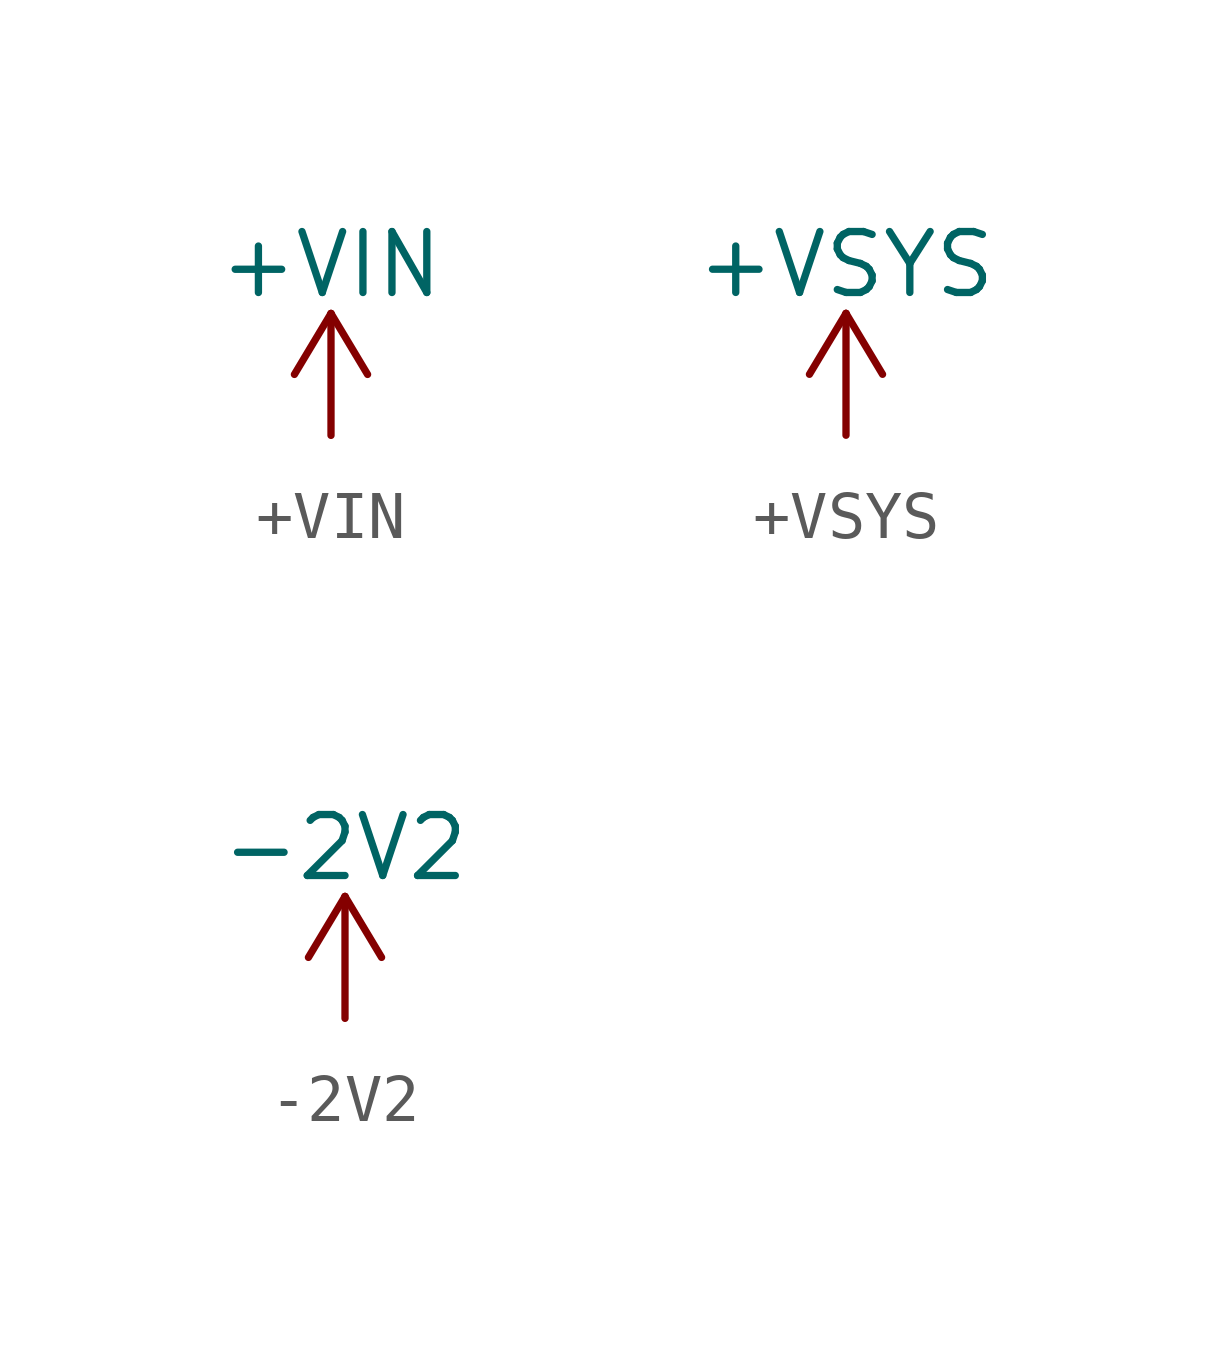
<source format=kicad_sym>
(kicad_symbol_lib
  (version 20220914)
  (generator kicad_symbol_editor)
  (symbol "+VIN"
    (power)
    (pin_names
      (offset 0))
    (property "Reference" "#PWR"
      (at 0 -3.81 0)
      (effects (font (size 1.27 1.27)) hide))
    (property "Value" "+VIN"
      (at 0 3.556 0)
      (effects (font (size 1.27 1.27))))
    (symbol "+VIN_0_1"
      (polyline (pts (xy -0.762 1.27) (xy 0 2.54)) (stroke (width 0) (type default)) (fill (type none)))
      (polyline (pts (xy 0 0) (xy 0 2.54)) (stroke (width 0) (type default)) (fill (type none)))
      (polyline (pts (xy 0 2.54) (xy 0.762 1.27)) (stroke (width 0) (type default)) (fill (type none))))
    (symbol "+VIN_1_1"
      (pin power_in line (at 0 0 90) (length 0) hide (name "+VIN" (effects (font (size 1.27 1.27)))) (number "1" (effects (font (size 1.27 1.27)))))))
  (symbol "+VSYS"
    (power)
    (pin_names
      (offset 0))
    (property "Reference" "#PWR"
      (at 0 -3.81 0)
      (effects (font (size 1.27 1.27)) hide))
    (property "Value" "+VSYS"
      (at 0 3.556 0)
      (effects (font (size 1.27 1.27))))
    (symbol "+VSYS_0_1"
      (polyline (pts (xy -0.762 1.27) (xy 0 2.54)) (stroke (width 0) (type default)) (fill (type none)))
      (polyline (pts (xy 0 0) (xy 0 2.54)) (stroke (width 0) (type default)) (fill (type none)))
      (polyline (pts (xy 0 2.54) (xy 0.762 1.27)) (stroke (width 0) (type default)) (fill (type none))))
    (symbol "+VSYS_1_1"
      (pin power_in line (at 0 0 90) (length 0) hide (name "+VSYS" (effects (font (size 1.27 1.27)))) (number "1" (effects (font (size 1.27 1.27)))))))
  (symbol "-2V2"
    (power)
    (pin_names
      (offset 0))
    (property "Reference" "#PWR"
      (at 0 -3.81 0)
      (effects (font (size 1.27 1.27)) hide))
    (property "Value" "-2V2"
      (at 0 3.556 0)
      (effects (font (size 1.27 1.27))))
    (symbol "-2V2_0_1"
      (polyline (pts (xy -0.762 1.27) (xy 0 2.54)) (stroke (width 0) (type default)) (fill (type none)))
      (polyline (pts (xy 0 0) (xy 0 2.54)) (stroke (width 0) (type default)) (fill (type none)))
      (polyline (pts (xy 0 2.54) (xy 0.762 1.27)) (stroke (width 0) (type default)) (fill (type none))))
    (symbol "-2V2_1_1"
      (pin power_in line (at 0 0 90) (length 0) hide (name "-2V2" (effects (font (size 1.27 1.27)))) (number "1" (effects (font (size 1.27 1.27))))))))
</source>
